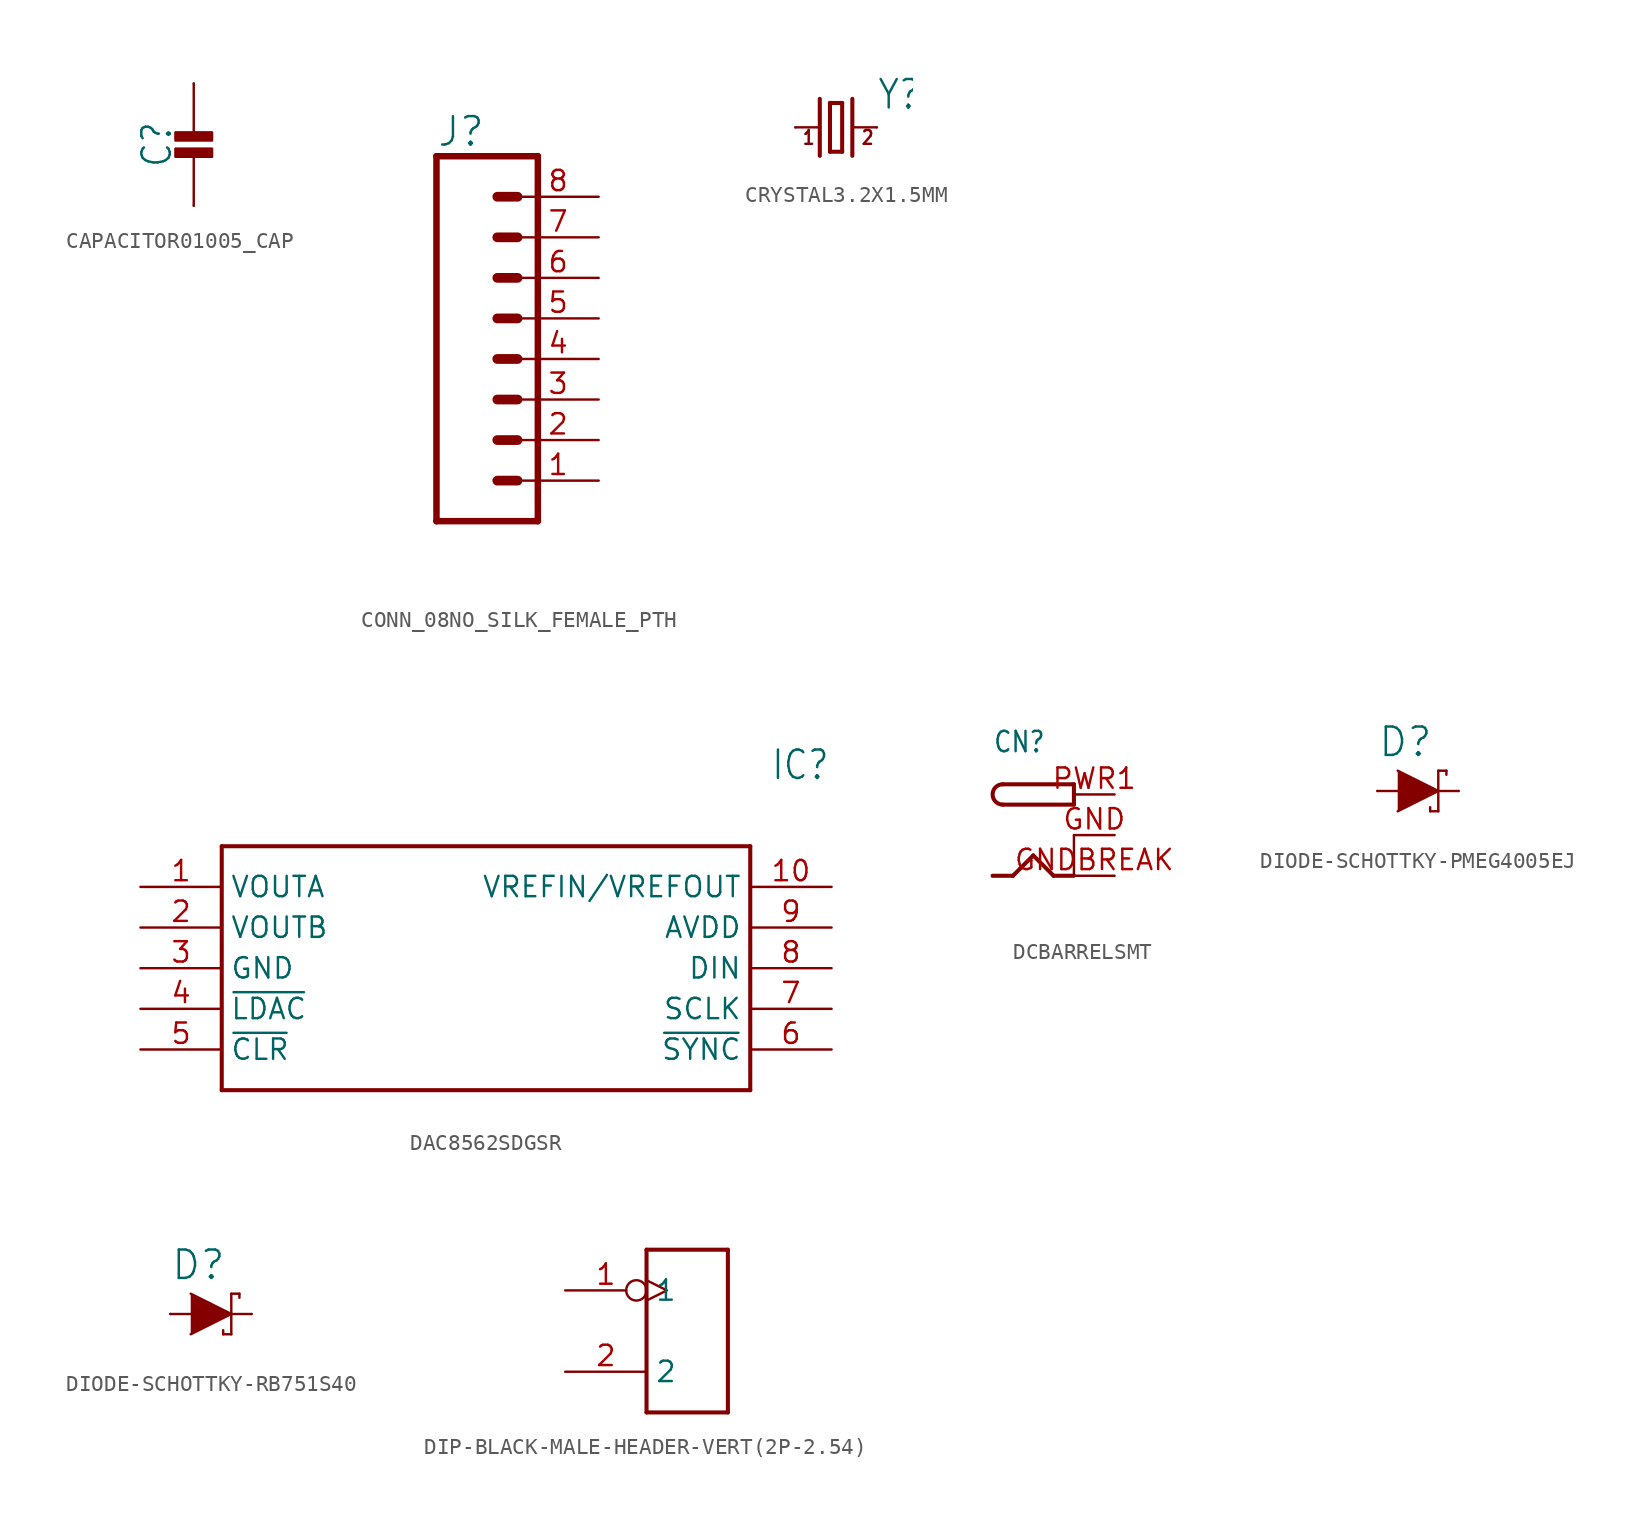
<source format=kicad_sym>
(kicad_symbol_lib
  (version 20231120)
  (generator "kicad_symbol_editor")
  (generator_version "8.0")
  (symbol "CAPACITOR01005_CAP"
    (property "Reference" "C"
      (at -1.27 -1.27 90)
      (effects (font (size 1.778 1.511)) (justify bottom)))
    (property "Value" ""
      (at 1.27 -1.27 90)
      (effects (font (size 1.778 1.511)) (justify top)))
    (property "ki_locked" ""
      (at 0 0 0)
      (effects (font (size 1.27 1.27))))
    (symbol "CAPACITOR01005_CAP_1_0"
      (rectangle (start -1.143 -2.032) (end 1.143 -1.524) (stroke (width 0) (type default)) (fill (type outline)))
      (rectangle (start -1.143 -1.016) (end 1.143 -0.508) (stroke (width 0) (type default)) (fill (type outline)))
      (polyline (pts (xy 0 -5.08) (xy 0 -1.778)) (stroke (width 0.152) (type solid)) (fill (type none)))
      (polyline (pts (xy 0 2.54) (xy 0 -0.508)) (stroke (width 0.152) (type solid)) (fill (type none)))
      (pin bidirectional line (at 0 2.54 270) (length 0) (name "1" (effects (font (size 0 0)))) (number "P$1" (effects (font (size 0 0)))))
      (pin bidirectional line (at 0 -5.08 90) (length 0) (name "2" (effects (font (size 0 0)))) (number "P$2" (effects (font (size 0 0)))))))
  (symbol "CONN_08NO_SILK_FEMALE_PTH"
    (property "Reference" "J"
      (at -5.08 13.208 0)
      (effects (font (size 1.778 1.778)) (justify left bottom)))
    (property "Value" ""
      (at -5.08 -12.446 0)
      (effects (font (size 1.778 1.778)) (justify left bottom)))
    (property "ki_locked" ""
      (at 0 0 0)
      (effects (font (size 1.27 1.27))))
    (symbol "CONN_08NO_SILK_FEMALE_PTH_1_0"
      (polyline (pts (xy -5.08 12.7) (xy -5.08 -10.16)) (stroke (width 0.406) (type solid)) (fill (type none)))
      (polyline (pts (xy -5.08 12.7) (xy 1.27 12.7)) (stroke (width 0.406) (type solid)) (fill (type none)))
      (polyline (pts (xy -1.27 -7.62) (xy 0 -7.62)) (stroke (width 0.61) (type solid)) (fill (type none)))
      (polyline (pts (xy -1.27 -5.08) (xy 0 -5.08)) (stroke (width 0.61) (type solid)) (fill (type none)))
      (polyline (pts (xy -1.27 -2.54) (xy 0 -2.54)) (stroke (width 0.61) (type solid)) (fill (type none)))
      (polyline (pts (xy -1.27 0) (xy 0 0)) (stroke (width 0.61) (type solid)) (fill (type none)))
      (polyline (pts (xy -1.27 2.54) (xy 0 2.54)) (stroke (width 0.61) (type solid)) (fill (type none)))
      (polyline (pts (xy -1.27 5.08) (xy 0 5.08)) (stroke (width 0.61) (type solid)) (fill (type none)))
      (polyline (pts (xy -1.27 7.62) (xy 0 7.62)) (stroke (width 0.61) (type solid)) (fill (type none)))
      (polyline (pts (xy -1.27 10.16) (xy 0 10.16)) (stroke (width 0.61) (type solid)) (fill (type none)))
      (polyline (pts (xy 1.27 -10.16) (xy -5.08 -10.16)) (stroke (width 0.406) (type solid)) (fill (type none)))
      (polyline (pts (xy 1.27 -10.16) (xy 1.27 12.7)) (stroke (width 0.406) (type solid)) (fill (type none)))
      (pin passive line (at 5.08 -7.62 180) (length 5.08) (name "1" (effects (font (size 0 0)))) (number "1" (effects (font (size 1.27 1.27)))))
      (pin passive line (at 5.08 -5.08 180) (length 5.08) (name "2" (effects (font (size 0 0)))) (number "2" (effects (font (size 1.27 1.27)))))
      (pin passive line (at 5.08 -2.54 180) (length 5.08) (name "3" (effects (font (size 0 0)))) (number "3" (effects (font (size 1.27 1.27)))))
      (pin passive line (at 5.08 0 180) (length 5.08) (name "4" (effects (font (size 0 0)))) (number "4" (effects (font (size 1.27 1.27)))))
      (pin passive line (at 5.08 2.54 180) (length 5.08) (name "5" (effects (font (size 0 0)))) (number "5" (effects (font (size 1.27 1.27)))))
      (pin passive line (at 5.08 5.08 180) (length 5.08) (name "6" (effects (font (size 0 0)))) (number "6" (effects (font (size 1.27 1.27)))))
      (pin passive line (at 5.08 7.62 180) (length 5.08) (name "7" (effects (font (size 0 0)))) (number "7" (effects (font (size 1.27 1.27)))))
      (pin passive line (at 5.08 10.16 180) (length 5.08) (name "8" (effects (font (size 0 0)))) (number "8" (effects (font (size 1.27 1.27)))))))
  (symbol "CRYSTAL3.2X1.5MM"
    (property "Reference" "Y"
      (at 2.54 1.016 0)
      (effects (font (size 1.778 1.511)) (justify left bottom)))
    (property "Value" ""
      (at 2.54 -2.54 0)
      (effects (font (size 1.778 1.511)) (justify left bottom)))
    (property "ki_locked" ""
      (at 0 0 0)
      (effects (font (size 1.27 1.27))))
    (symbol "CRYSTAL3.2X1.5MM_1_0"
      (polyline (pts (xy -2.54 0) (xy -1.016 0)) (stroke (width 0.152) (type solid)) (fill (type none)))
      (polyline (pts (xy -1.016 1.778) (xy -1.016 -1.778)) (stroke (width 0.254) (type solid)) (fill (type none)))
      (polyline (pts (xy -0.381 -1.524) (xy 0.381 -1.524)) (stroke (width 0.254) (type solid)) (fill (type none)))
      (polyline (pts (xy -0.381 1.524) (xy -0.381 -1.524)) (stroke (width 0.254) (type solid)) (fill (type none)))
      (polyline (pts (xy 0.381 -1.524) (xy 0.381 1.524)) (stroke (width 0.254) (type solid)) (fill (type none)))
      (polyline (pts (xy 0.381 1.524) (xy -0.381 1.524)) (stroke (width 0.254) (type solid)) (fill (type none)))
      (polyline (pts (xy 1.016 0) (xy 2.54 0)) (stroke (width 0.152) (type solid)) (fill (type none)))
      (polyline (pts (xy 1.016 1.778) (xy 1.016 -1.778)) (stroke (width 0.254) (type solid)) (fill (type none)))
      (text "1" (at -2.159 -1.143 0) (effects (font (size 0.864 0.734)) (justify left bottom)))
      (text "2" (at 1.524 -1.143 0) (effects (font (size 0.864 0.734)) (justify left bottom)))
      (pin passive line (at -2.54 0 0) (length 0) (name "1" (effects (font (size 0 0)))) (number "P$1" (effects (font (size 0 0)))))
      (pin passive line (at 2.54 0 180) (length 0) (name "2" (effects (font (size 0 0)))) (number "P$2" (effects (font (size 0 0)))))))
  (symbol "DAC8562SDGSR"
    (property "Reference" "IC"
      (at 39.37 7.62 0)
      (effects (font (size 1.778 1.511)) (justify left)))
    (property "Value" ""
      (at 39.37 5.08 0)
      (effects (font (size 1.778 1.511)) (justify left)))
    (property "ki_locked" ""
      (at 0 0 0)
      (effects (font (size 1.27 1.27))))
    (symbol "DAC8562SDGSR_1_0"
      (polyline (pts (xy 5.08 2.54) (xy 5.08 -12.7)) (stroke (width 0.254) (type solid)) (fill (type none)))
      (polyline (pts (xy 5.08 2.54) (xy 38.1 2.54)) (stroke (width 0.254) (type solid)) (fill (type none)))
      (polyline (pts (xy 38.1 -12.7) (xy 5.08 -12.7)) (stroke (width 0.254) (type solid)) (fill (type none)))
      (polyline (pts (xy 38.1 -12.7) (xy 38.1 2.54)) (stroke (width 0.254) (type solid)) (fill (type none)))
      (pin bidirectional line (at 0 0 0) (length 5.08) (name "VOUTA" (effects (font (size 1.27 1.27)))) (number "1" (effects (font (size 1.27 1.27)))))
      (pin bidirectional line (at 43.18 0 180) (length 5.08) (name "VREFIN/VREFOUT" (effects (font (size 1.27 1.27)))) (number "10" (effects (font (size 1.27 1.27)))))
      (pin bidirectional line (at 0 -2.54 0) (length 5.08) (name "VOUTB" (effects (font (size 1.27 1.27)))) (number "2" (effects (font (size 1.27 1.27)))))
      (pin bidirectional line (at 0 -5.08 0) (length 5.08) (name "GND" (effects (font (size 1.27 1.27)))) (number "3" (effects (font (size 1.27 1.27)))))
      (pin bidirectional line (at 0 -7.62 0) (length 5.08) (name "~{LDAC}" (effects (font (size 1.27 1.27)))) (number "4" (effects (font (size 1.27 1.27)))))
      (pin bidirectional line (at 0 -10.16 0) (length 5.08) (name "~{CLR}" (effects (font (size 1.27 1.27)))) (number "5" (effects (font (size 1.27 1.27)))))
      (pin bidirectional line (at 43.18 -10.16 180) (length 5.08) (name "~{SYNC}" (effects (font (size 1.27 1.27)))) (number "6" (effects (font (size 1.27 1.27)))))
      (pin bidirectional line (at 43.18 -7.62 180) (length 5.08) (name "SCLK" (effects (font (size 1.27 1.27)))) (number "7" (effects (font (size 1.27 1.27)))))
      (pin bidirectional line (at 43.18 -5.08 180) (length 5.08) (name "DIN" (effects (font (size 1.27 1.27)))) (number "8" (effects (font (size 1.27 1.27)))))
      (pin bidirectional line (at 43.18 -2.54 180) (length 5.08) (name "AVDD" (effects (font (size 1.27 1.27)))) (number "9" (effects (font (size 1.27 1.27)))))))
  (symbol "DCBARRELSMT"
    (property "Reference" "CN"
      (at -5.08 5.08 0)
      (effects (font (size 1.27 1.079)) (justify left bottom)))
    (property "Value" ""
      (at -5.08 -5.08 0)
      (effects (font (size 1.27 1.079)) (justify left bottom)))
    (property "ki_locked" ""
      (at 0 0 0)
      (effects (font (size 1.27 1.27))))
    (symbol "DCBARRELSMT_1_0"
      (arc (start -4.445 3.175) (mid -5.08 2.54) (end -4.445 1.905) (stroke (width 0.254) (type solid)) (fill (type none)))
      (polyline (pts (xy -5.08 -2.54) (xy -3.81 -2.54)) (stroke (width 0.254) (type solid)) (fill (type none)))
      (polyline (pts (xy -3.81 -2.54) (xy -2.54 -1.27)) (stroke (width 0.254) (type solid)) (fill (type none)))
      (polyline (pts (xy -2.54 -1.27) (xy -1.27 -2.54)) (stroke (width 0.254) (type solid)) (fill (type none)))
      (polyline (pts (xy 0 -2.54) (xy -1.27 -2.54)) (stroke (width 0.254) (type solid)) (fill (type none)))
      (polyline (pts (xy 0 0) (xy 0 -2.54)) (stroke (width 0.152) (type solid)) (fill (type none)))
      (polyline (pts (xy 0 1.905) (xy -4.445 1.905)) (stroke (width 0.254) (type solid)) (fill (type none)))
      (polyline (pts (xy 0 3.175) (xy -4.445 3.175)) (stroke (width 0.254) (type solid)) (fill (type none)))
      (polyline (pts (xy 0 3.175) (xy 0 1.905)) (stroke (width 0.254) (type solid)) (fill (type none)))
      (pin power_in line (at 2.54 0 180) (length 2.54) (name "GNDBREAK" (effects (font (size 0 0)))) (number "GND" (effects (font (size 1.27 1.27)))))
      (pin power_in line (at 2.54 -2.54 180) (length 2.54) (name "GND" (effects (font (size 0 0)))) (number "GNDBREAK" (effects (font (size 1.27 1.27)))))
      (pin power_in line (at 2.54 2.54 180) (length 2.54) (name "PWR" (effects (font (size 0 0)))) (number "PWR1" (effects (font (size 1.27 1.27)))))))
  (symbol "DIODE-SCHOTTKY-PMEG4005EJ"
    (property "Reference" "D"
      (at -2.54 2.032 0)
      (effects (font (size 1.778 1.778)) (justify left bottom)))
    (property "Value" ""
      (at -2.54 -2.032 0)
      (effects (font (size 1.778 1.778)) (justify left top)))
    (property "ki_locked" ""
      (at 0 0 0)
      (effects (font (size 1.27 1.27))))
    (symbol "DIODE-SCHOTTKY-PMEG4005EJ_1_0"
      (polyline (pts (xy -2.54 0) (xy -1.27 0)) (stroke (width 0.152) (type solid)) (fill (type none)))
      (polyline (pts (xy 0.762 -1.27) (xy 0.762 -1.016)) (stroke (width 0.152) (type solid)) (fill (type none)))
      (polyline (pts (xy 1.27 -1.27) (xy 0.762 -1.27)) (stroke (width 0.152) (type solid)) (fill (type none)))
      (polyline (pts (xy 1.27 0) (xy 1.27 -1.27)) (stroke (width 0.152) (type solid)) (fill (type none)))
      (polyline (pts (xy 1.27 1.27) (xy 1.27 0)) (stroke (width 0.152) (type solid)) (fill (type none)))
      (polyline (pts (xy 1.27 1.27) (xy 1.778 1.27)) (stroke (width 0.152) (type solid)) (fill (type none)))
      (polyline (pts (xy 1.778 1.27) (xy 1.778 1.016)) (stroke (width 0.152) (type solid)) (fill (type none)))
      (polyline (pts (xy 2.54 0) (xy 1.27 0)) (stroke (width 0.152) (type solid)) (fill (type none)))
      (polyline (pts (xy -1.27 1.27) (xy 1.27 0) (xy -1.27 -1.27)) (stroke (width 0.152) (type solid)) (fill (type outline)))
      (pin passive line (at -2.54 0 0) (length 0) (name "A" (effects (font (size 0 0)))) (number "A" (effects (font (size 0 0)))))
      (pin passive line (at 2.54 0 180) (length 0) (name "C" (effects (font (size 0 0)))) (number "C" (effects (font (size 0 0)))))))
  (symbol "DIODE-SCHOTTKY-RB751S40"
    (property "Reference" "D"
      (at -2.54 2.032 0)
      (effects (font (size 1.778 1.778)) (justify left bottom)))
    (property "Value" ""
      (at -2.54 -2.032 0)
      (effects (font (size 1.778 1.778)) (justify left top)))
    (property "ki_locked" ""
      (at 0 0 0)
      (effects (font (size 1.27 1.27))))
    (symbol "DIODE-SCHOTTKY-RB751S40_1_0"
      (polyline (pts (xy -2.54 0) (xy -1.27 0)) (stroke (width 0.152) (type solid)) (fill (type none)))
      (polyline (pts (xy 0.762 -1.27) (xy 0.762 -1.016)) (stroke (width 0.152) (type solid)) (fill (type none)))
      (polyline (pts (xy 1.27 -1.27) (xy 0.762 -1.27)) (stroke (width 0.152) (type solid)) (fill (type none)))
      (polyline (pts (xy 1.27 0) (xy 1.27 -1.27)) (stroke (width 0.152) (type solid)) (fill (type none)))
      (polyline (pts (xy 1.27 1.27) (xy 1.27 0)) (stroke (width 0.152) (type solid)) (fill (type none)))
      (polyline (pts (xy 1.27 1.27) (xy 1.778 1.27)) (stroke (width 0.152) (type solid)) (fill (type none)))
      (polyline (pts (xy 1.778 1.27) (xy 1.778 1.016)) (stroke (width 0.152) (type solid)) (fill (type none)))
      (polyline (pts (xy 2.54 0) (xy 1.27 0)) (stroke (width 0.152) (type solid)) (fill (type none)))
      (polyline (pts (xy -1.27 1.27) (xy 1.27 0) (xy -1.27 -1.27)) (stroke (width 0.152) (type solid)) (fill (type outline)))
      (pin passive line (at -2.54 0 0) (length 0) (name "A" (effects (font (size 0 0)))) (number "A" (effects (font (size 0 0)))))
      (pin passive line (at 2.54 0 180) (length 0) (name "C" (effects (font (size 0 0)))) (number "C" (effects (font (size 0 0)))))))
  (symbol "DIP-BLACK-MALE-HEADER-VERT(2P-2.54)"
    (property "Reference" "J"
      (at -6.35 6.35 0)
      (effects (font (size 1.27 1.079)) (justify left bottom) (hide yes)))
    (property "ki_locked" ""
      (at 0 0 0)
      (effects (font (size 1.27 1.27))))
    (symbol "DIP-BLACK-MALE-HEADER-VERT(2P-2.54)_1_0"
      (polyline (pts (xy -2.54 -5.08) (xy -2.54 5.08)) (stroke (width 0.254) (type solid)) (fill (type none)))
      (polyline (pts (xy -2.54 5.08) (xy 2.54 5.08)) (stroke (width 0.254) (type solid)) (fill (type none)))
      (polyline (pts (xy 2.54 -5.08) (xy -2.54 -5.08)) (stroke (width 0.254) (type solid)) (fill (type none)))
      (polyline (pts (xy 2.54 5.08) (xy 2.54 -5.08)) (stroke (width 0.254) (type solid)) (fill (type none)))
      (pin bidirectional inverted_clock (at -7.62 2.54 0) (length 5.08) (name "1" (effects (font (size 1.27 1.27)))) (number "1" (effects (font (size 1.27 1.27)))))
      (pin bidirectional line (at -7.62 -2.54 0) (length 5.08) (name "2" (effects (font (size 1.27 1.27)))) (number "2" (effects (font (size 1.27 1.27))))))))
</source>
